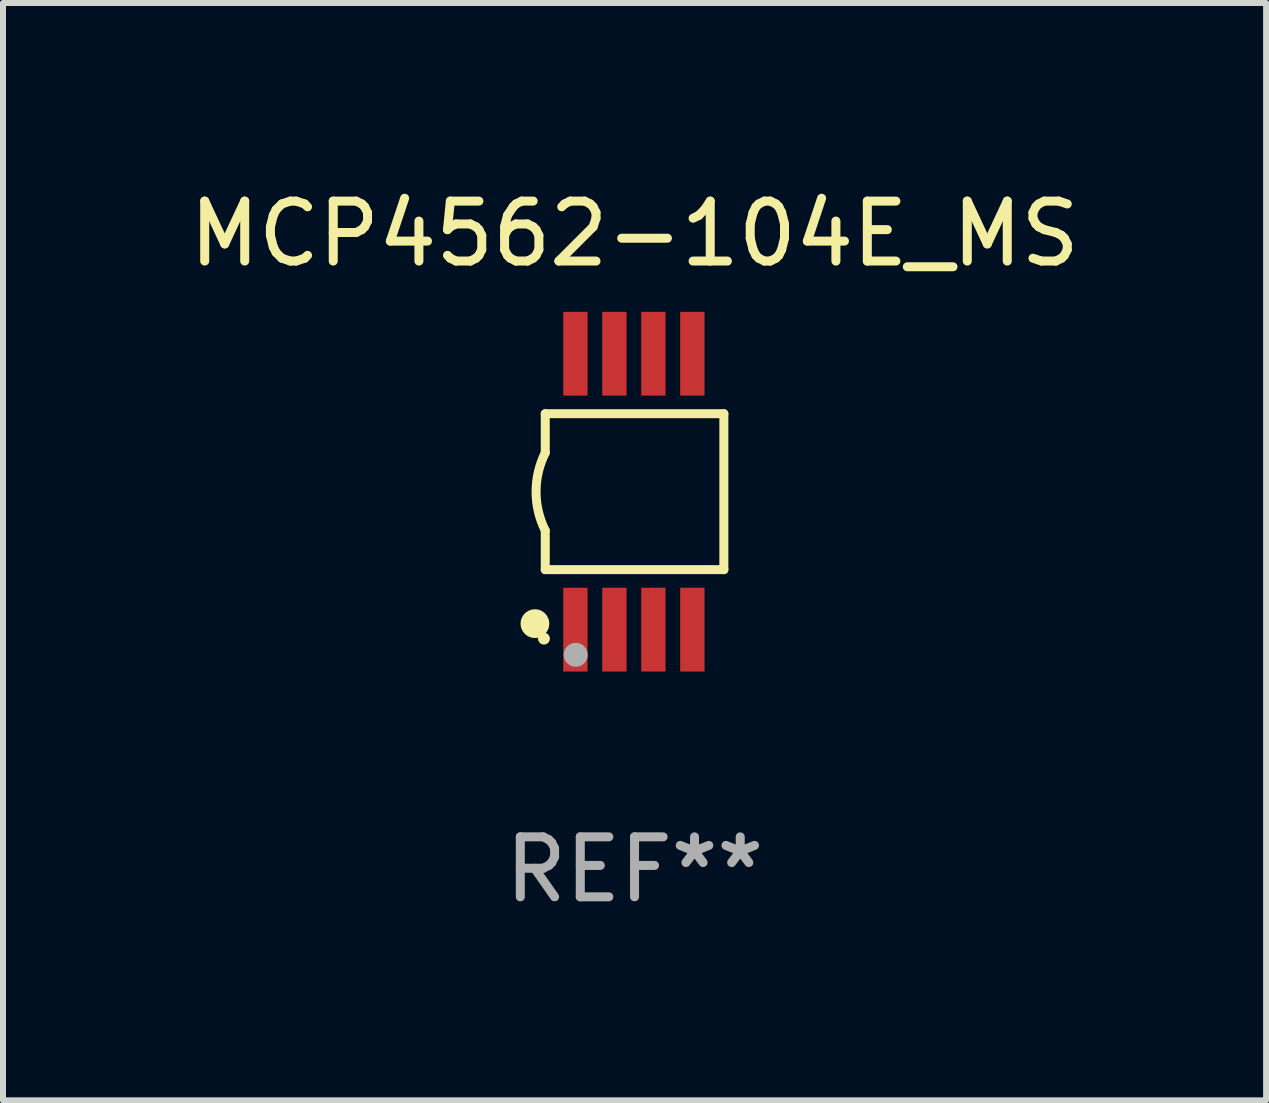
<source format=kicad_pcb>
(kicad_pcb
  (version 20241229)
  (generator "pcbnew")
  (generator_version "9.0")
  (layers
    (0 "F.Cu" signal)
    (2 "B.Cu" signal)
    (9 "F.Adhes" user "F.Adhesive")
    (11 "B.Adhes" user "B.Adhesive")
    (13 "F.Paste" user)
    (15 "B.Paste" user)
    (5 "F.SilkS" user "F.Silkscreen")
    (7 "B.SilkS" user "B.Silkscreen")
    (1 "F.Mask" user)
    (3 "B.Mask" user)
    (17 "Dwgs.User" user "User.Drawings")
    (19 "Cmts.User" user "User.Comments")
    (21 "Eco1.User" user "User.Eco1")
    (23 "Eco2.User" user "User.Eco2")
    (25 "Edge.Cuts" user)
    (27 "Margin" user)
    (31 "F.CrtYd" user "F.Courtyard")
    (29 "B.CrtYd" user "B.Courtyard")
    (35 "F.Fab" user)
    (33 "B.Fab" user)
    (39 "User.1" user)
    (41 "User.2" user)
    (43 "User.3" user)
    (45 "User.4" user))
  (footprint "MCP4562-104E_MS"
    (layer "F.Cu")
    (at 7.53 5.148)
    (property "Reference" "MCP4562-104E_MS" (at 0 -4.3 0) (layer "F.SilkS") (effects (font (size 1 1) (thickness 0.15))))
    (attr through_hole)
    (fp_line (start -1.489 -1.3) (end -1.489 -0.648) (stroke (width 0.15) (type solid)) (layer "F.SilkS"))
    (fp_line (start -1.489 0.648) (end -1.489 1.3) (stroke (width 0.15) (type solid)) (layer "F.SilkS"))
    (fp_line (start -1.489 1.3) (end 1.489 1.3) (stroke (width 0.15) (type solid)) (layer "F.SilkS"))
    (fp_line (start 1.489 -1.3) (end -1.489 -1.3) (stroke (width 0.15) (type solid)) (layer "F.SilkS"))
    (fp_line (start 1.489 1.3) (end 1.489 -1.3) (stroke (width 0.15) (type solid)) (layer "F.SilkS"))
    (fp_arc (start -1.489205 0.647702) (mid -1.642107 0) (end -1.489205 -0.647701) (stroke (width 0.150013) (type solid)) (layer "F.SilkS"))
    (fp_circle (center -1.661 2.2) (end -1.541 2.2) (stroke (width 0.24) (type solid)) (fill no) (layer "F.SilkS"))
    (fp_circle (center -1.511 2.45) (end -1.461 2.45) (stroke (width 0.1) (type solid)) (fill no) (layer "F.SilkS"))
    (fp_circle (center -0.981 2.72) (end -0.881 2.72) (stroke (width 0.2) (type solid)) (fill no) (layer "F.Fab"))
    (fp_text user "REF**" (at 0 6.3 0) (layer "F.Fab") (effects (font (size 1 1) (thickness 0.15))))
    (pad "1" smd rect (at -0.986 2.3) (size 0.406 1.397) (layers "F.Cu" "F.Mask" "F.Paste"))
    (pad "2" smd rect (at -0.336 2.3) (size 0.406 1.397) (layers "F.Cu" "F.Mask" "F.Paste"))
    (pad "3" smd rect (at 0.314 2.3) (size 0.406 1.397) (layers "F.Cu" "F.Mask" "F.Paste"))
    (pad "4" smd rect (at 0.964 2.3) (size 0.406 1.397) (layers "F.Cu" "F.Mask" "F.Paste"))
    (pad "5" smd rect (at 0.964 -2.3) (size 0.406 1.397) (layers "F.Cu" "F.Mask" "F.Paste"))
    (pad "6" smd rect (at 0.314 -2.3) (size 0.406 1.397) (layers "F.Cu" "F.Mask" "F.Paste"))
    (pad "7" smd rect (at -0.336 -2.3) (size 0.406 1.397) (layers "F.Cu" "F.Mask" "F.Paste"))
    (pad "8" smd rect (at -0.986 -2.3) (size 0.406 1.397) (layers "F.Cu" "F.Mask" "F.Paste")))
  (gr_rect
    (start -3 -3)
    (end 18.06 15.296)
    (stroke (width 0.1) (type default))
    (fill no)
    (layer "Edge.Cuts")))
</source>
